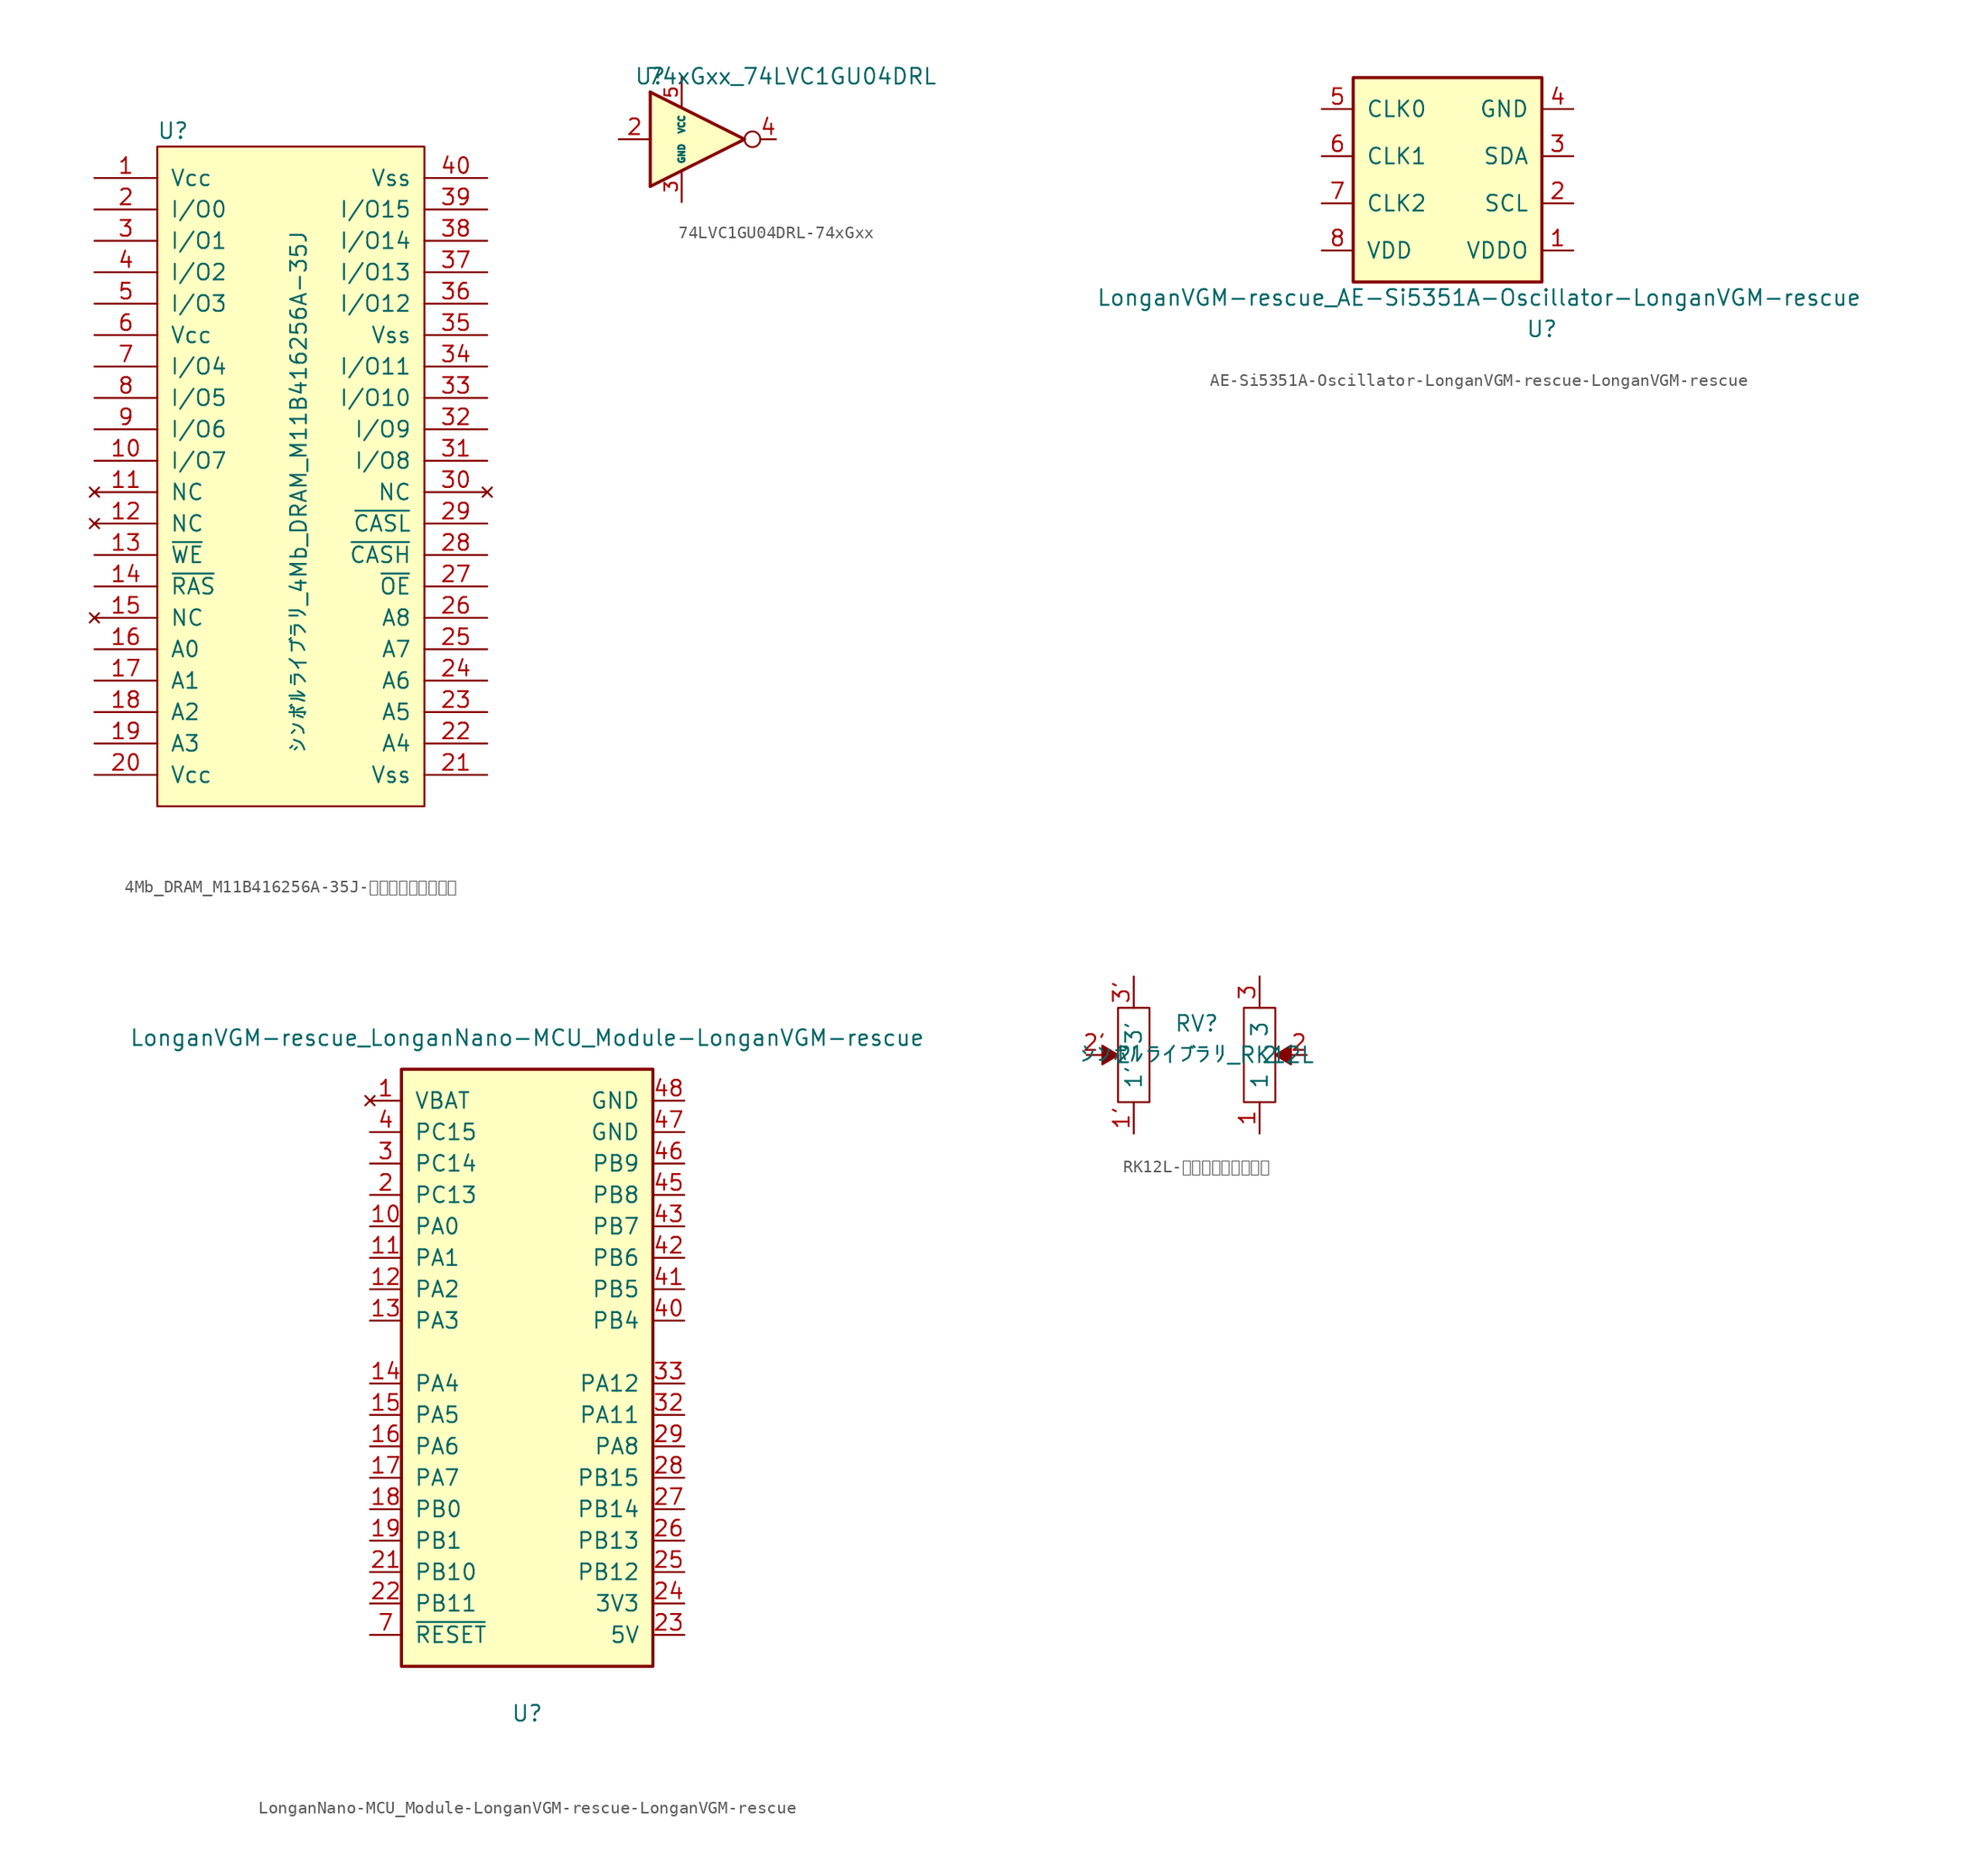
<source format=kicad_sym>
(kicad_symbol_lib
  (version 20220914)
  (generator kicad_symbol_editor)
  (symbol "4Mb_DRAM_M11B416256A-35J-シンボルライブラリ"
    (pin_names
      (offset 1.016))
    (property "Reference" "U"
      (at -10.16 29.21 0)
      (effects (font (size 1.27 1.27))))
    (property "Value" "シンボルライブラリ_4Mb_DRAM_M11B416256A-35J"
      (at 0 0 90)
      (effects (font (size 1.27 1.27))))
    (symbol "4Mb_DRAM_M11B416256A-35J-シンボルライブラリ_0_1"
      (rectangle (start -11.43 27.94) (end 10.16 -25.4) (stroke (width 0) (type solid)) (fill (type background))))
    (symbol "4Mb_DRAM_M11B416256A-35J-シンボルライブラリ_1_1"
      (pin power_in line (at -16.51 25.4 0) (length 5.08) (name "Vcc" (effects (font (size 1.27 1.27)))) (number "1" (effects (font (size 1.27 1.27)))))
      (pin bidirectional line (at -16.51 2.54 0) (length 5.08) (name "I/O7" (effects (font (size 1.27 1.27)))) (number "10" (effects (font (size 1.27 1.27)))))
      (pin no_connect line (at -16.51 0 0) (length 5.08) (name "NC" (effects (font (size 1.27 1.27)))) (number "11" (effects (font (size 1.27 1.27)))))
      (pin no_connect line (at -16.51 -2.54 0) (length 5.08) (name "NC" (effects (font (size 1.27 1.27)))) (number "12" (effects (font (size 1.27 1.27)))))
      (pin input line (at -16.51 -5.08 0) (length 5.08) (name "~{WE}" (effects (font (size 1.27 1.27)))) (number "13" (effects (font (size 1.27 1.27)))))
      (pin input line (at -16.51 -7.62 0) (length 5.08) (name "~{RAS}" (effects (font (size 1.27 1.27)))) (number "14" (effects (font (size 1.27 1.27)))))
      (pin no_connect line (at -16.51 -10.16 0) (length 5.08) (name "NC" (effects (font (size 1.27 1.27)))) (number "15" (effects (font (size 1.27 1.27)))))
      (pin input line (at -16.51 -12.7 0) (length 5.08) (name "A0" (effects (font (size 1.27 1.27)))) (number "16" (effects (font (size 1.27 1.27)))))
      (pin input line (at -16.51 -15.24 0) (length 5.08) (name "A1" (effects (font (size 1.27 1.27)))) (number "17" (effects (font (size 1.27 1.27)))))
      (pin input line (at -16.51 -17.78 0) (length 5.08) (name "A2" (effects (font (size 1.27 1.27)))) (number "18" (effects (font (size 1.27 1.27)))))
      (pin input line (at -16.51 -20.32 0) (length 5.08) (name "A3" (effects (font (size 1.27 1.27)))) (number "19" (effects (font (size 1.27 1.27)))))
      (pin bidirectional line (at -16.51 22.86 0) (length 5.08) (name "I/O0" (effects (font (size 1.27 1.27)))) (number "2" (effects (font (size 1.27 1.27)))))
      (pin power_in line (at -16.51 -22.86 0) (length 5.08) (name "Vcc" (effects (font (size 1.27 1.27)))) (number "20" (effects (font (size 1.27 1.27)))))
      (pin power_in line (at 15.24 -22.86 180) (length 5.08) (name "Vss" (effects (font (size 1.27 1.27)))) (number "21" (effects (font (size 1.27 1.27)))))
      (pin input line (at 15.24 -20.32 180) (length 5.08) (name "A4" (effects (font (size 1.27 1.27)))) (number "22" (effects (font (size 1.27 1.27)))))
      (pin input line (at 15.24 -17.78 180) (length 5.08) (name "A5" (effects (font (size 1.27 1.27)))) (number "23" (effects (font (size 1.27 1.27)))))
      (pin input line (at 15.24 -15.24 180) (length 5.08) (name "A6" (effects (font (size 1.27 1.27)))) (number "24" (effects (font (size 1.27 1.27)))))
      (pin input line (at 15.24 -12.7 180) (length 5.08) (name "A7" (effects (font (size 1.27 1.27)))) (number "25" (effects (font (size 1.27 1.27)))))
      (pin input line (at 15.24 -10.16 180) (length 5.08) (name "A8" (effects (font (size 1.27 1.27)))) (number "26" (effects (font (size 1.27 1.27)))))
      (pin input line (at 15.24 -7.62 180) (length 5.08) (name "~{OE}" (effects (font (size 1.27 1.27)))) (number "27" (effects (font (size 1.27 1.27)))))
      (pin input line (at 15.24 -5.08 180) (length 5.08) (name "~{CASH}" (effects (font (size 1.27 1.27)))) (number "28" (effects (font (size 1.27 1.27)))))
      (pin input line (at 15.24 -2.54 180) (length 5.08) (name "~{CASL}" (effects (font (size 1.27 1.27)))) (number "29" (effects (font (size 1.27 1.27)))))
      (pin bidirectional line (at -16.51 20.32 0) (length 5.08) (name "I/O1" (effects (font (size 1.27 1.27)))) (number "3" (effects (font (size 1.27 1.27)))))
      (pin no_connect line (at 15.24 0 180) (length 5.08) (name "NC" (effects (font (size 1.27 1.27)))) (number "30" (effects (font (size 1.27 1.27)))))
      (pin bidirectional line (at 15.24 2.54 180) (length 5.08) (name "I/O8" (effects (font (size 1.27 1.27)))) (number "31" (effects (font (size 1.27 1.27)))))
      (pin bidirectional line (at 15.24 5.08 180) (length 5.08) (name "I/O9" (effects (font (size 1.27 1.27)))) (number "32" (effects (font (size 1.27 1.27)))))
      (pin bidirectional line (at 15.24 7.62 180) (length 5.08) (name "I/O10" (effects (font (size 1.27 1.27)))) (number "33" (effects (font (size 1.27 1.27)))))
      (pin bidirectional line (at 15.24 10.16 180) (length 5.08) (name "I/O11" (effects (font (size 1.27 1.27)))) (number "34" (effects (font (size 1.27 1.27)))))
      (pin power_in line (at 15.24 12.7 180) (length 5.08) (name "Vss" (effects (font (size 1.27 1.27)))) (number "35" (effects (font (size 1.27 1.27)))))
      (pin bidirectional line (at 15.24 15.24 180) (length 5.08) (name "I/O12" (effects (font (size 1.27 1.27)))) (number "36" (effects (font (size 1.27 1.27)))))
      (pin bidirectional line (at 15.24 17.78 180) (length 5.08) (name "I/O13" (effects (font (size 1.27 1.27)))) (number "37" (effects (font (size 1.27 1.27)))))
      (pin bidirectional line (at 15.24 20.32 180) (length 5.08) (name "I/O14" (effects (font (size 1.27 1.27)))) (number "38" (effects (font (size 1.27 1.27)))))
      (pin bidirectional line (at 15.24 22.86 180) (length 5.08) (name "I/O15" (effects (font (size 1.27 1.27)))) (number "39" (effects (font (size 1.27 1.27)))))
      (pin bidirectional line (at -16.51 17.78 0) (length 5.08) (name "I/O2" (effects (font (size 1.27 1.27)))) (number "4" (effects (font (size 1.27 1.27)))))
      (pin power_in line (at 15.24 25.4 180) (length 5.08) (name "Vss" (effects (font (size 1.27 1.27)))) (number "40" (effects (font (size 1.27 1.27)))))
      (pin bidirectional line (at -16.51 15.24 0) (length 5.08) (name "I/O3" (effects (font (size 1.27 1.27)))) (number "5" (effects (font (size 1.27 1.27)))))
      (pin power_in line (at -16.51 12.7 0) (length 5.08) (name "Vcc" (effects (font (size 1.27 1.27)))) (number "6" (effects (font (size 1.27 1.27)))))
      (pin bidirectional line (at -16.51 10.16 0) (length 5.08) (name "I/O4" (effects (font (size 1.27 1.27)))) (number "7" (effects (font (size 1.27 1.27)))))
      (pin bidirectional line (at -16.51 7.62 0) (length 5.08) (name "I/O5" (effects (font (size 1.27 1.27)))) (number "8" (effects (font (size 1.27 1.27)))))
      (pin bidirectional line (at -16.51 5.08 0) (length 5.08) (name "I/O6" (effects (font (size 1.27 1.27)))) (number "9" (effects (font (size 1.27 1.27)))))))
  (symbol "74LVC1GU04DRL-74xGxx"
    (property "Reference" "U"
      (at -2.54 5.08 0)
      (effects (font (size 1.27 1.27))))
    (property "Value" "74xGxx_74LVC1GU04DRL"
      (at 8.89 5.08 0)
      (effects (font (size 1.27 1.27))))
    (symbol "74LVC1GU04DRL-74xGxx_0_1"
      (rectangle (start -2.54 3.81) (end -2.54 -3.81) (stroke (width 0.254) (type solid)) (fill (type background)))
      (polyline (pts (xy -2.54 -3.81) (xy 5.08 0) (xy -2.54 3.81)) (stroke (width 0.254) (type solid)) (fill (type background)))
      (circle (center 5.715 0) (radius 0.635) (stroke (width 0) (type solid)) (fill (type none))))
    (symbol "74LVC1GU04DRL-74xGxx_1_1"
      (pin no_connect line (at 5.08 0 180) (length 2.54) hide (name "NC" (effects (font (size 1.27 1.27)))) (number "1" (effects (font (size 1.27 1.27)))))
      (pin input line (at -5.08 0 0) (length 2.54) (name "~" (effects (font (size 1.27 1.27)))) (number "2" (effects (font (size 1.27 1.27)))))
      (pin power_in line (at 0 -5.08 90) (length 2.54) (name "GND" (effects (font (size 0.508 0.508)))) (number "3" (effects (font (size 1.016 1.016)))))
      (pin output line (at 7.62 0 180) (length 1.27) (name "~" (effects (font (size 1.27 1.27)))) (number "4" (effects (font (size 1.27 1.27)))))
      (pin power_in line (at 0 5.08 270) (length 2.54) (name "VCC" (effects (font (size 0.508 0.508)))) (number "5" (effects (font (size 1.016 1.016)))))))
  (symbol "AE-Si5351A-Oscillator-LonganVGM-rescue-LonganVGM-rescue"
    (pin_names
      (offset 1.016))
    (property "Reference" "U"
      (at 7.62 -31.75 0)
      (effects (font (size 1.27 1.27))))
    (property "Value" "LonganVGM-rescue_AE-Si5351A-Oscillator-LonganVGM-rescue"
      (at 2.54 -29.21 0)
      (effects (font (size 1.27 1.27))))
    (symbol "AE-Si5351A-Oscillator-LonganVGM-rescue-LonganVGM-rescue_1_1"
      (rectangle (start -7.62 -11.43) (end 7.62 -27.94) (stroke (width 0.254) (type solid)) (fill (type background)))
      (pin power_in line (at 10.16 -25.4 180) (length 2.54) (name "VDDO" (effects (font (size 1.27 1.27)))) (number "1" (effects (font (size 1.27 1.27)))))
      (pin input line (at 10.16 -21.59 180) (length 2.54) (name "SCL" (effects (font (size 1.27 1.27)))) (number "2" (effects (font (size 1.27 1.27)))))
      (pin bidirectional line (at 10.16 -17.78 180) (length 2.54) (name "SDA" (effects (font (size 1.27 1.27)))) (number "3" (effects (font (size 1.27 1.27)))))
      (pin power_in line (at 10.16 -13.97 180) (length 2.54) (name "GND" (effects (font (size 1.27 1.27)))) (number "4" (effects (font (size 1.27 1.27)))))
      (pin output line (at -10.16 -13.97 0) (length 2.54) (name "CLK0" (effects (font (size 1.27 1.27)))) (number "5" (effects (font (size 1.27 1.27)))))
      (pin output line (at -10.16 -17.78 0) (length 2.54) (name "CLK1" (effects (font (size 1.27 1.27)))) (number "6" (effects (font (size 1.27 1.27)))))
      (pin output line (at -10.16 -21.59 0) (length 2.54) (name "CLK2" (effects (font (size 1.27 1.27)))) (number "7" (effects (font (size 1.27 1.27)))))
      (pin power_in line (at -10.16 -25.4 0) (length 2.54) (name "VDD" (effects (font (size 1.27 1.27)))) (number "8" (effects (font (size 1.27 1.27)))))))
  (symbol "LonganNano-MCU_Module-LonganVGM-rescue-LonganVGM-rescue"
    (pin_names
      (offset 1.016))
    (property "Reference" "U"
      (at 0 -29.21 0)
      (effects (font (size 1.27 1.27))))
    (property "Value" "LonganVGM-rescue_LonganNano-MCU_Module-LonganVGM-rescue"
      (at 0 25.4 0)
      (effects (font (size 1.27 1.27))))
    (symbol "LonganNano-MCU_Module-LonganVGM-rescue-LonganVGM-rescue_1_1"
      (rectangle (start -10.16 -25.4) (end 10.16 22.86) (stroke (width 0.254) (type solid)) (fill (type background)))
      (pin no_connect line (at -12.7 20.32 0) (length 2.54) (name "VBAT" (effects (font (size 1.27 1.27)))) (number "1" (effects (font (size 1.27 1.27)))))
      (pin bidirectional line (at -12.7 10.16 0) (length 2.54) (name "PA0" (effects (font (size 1.27 1.27)))) (number "10" (effects (font (size 1.27 1.27)))))
      (pin bidirectional line (at -12.7 7.62 0) (length 2.54) (name "PA1" (effects (font (size 1.27 1.27)))) (number "11" (effects (font (size 1.27 1.27)))))
      (pin bidirectional line (at -12.7 5.08 0) (length 2.54) (name "PA2" (effects (font (size 1.27 1.27)))) (number "12" (effects (font (size 1.27 1.27)))))
      (pin bidirectional line (at -12.7 2.54 0) (length 2.54) (name "PA3" (effects (font (size 1.27 1.27)))) (number "13" (effects (font (size 1.27 1.27)))))
      (pin bidirectional line (at -12.7 -2.54 0) (length 2.54) (name "PA4" (effects (font (size 1.27 1.27)))) (number "14" (effects (font (size 1.27 1.27)))))
      (pin bidirectional line (at -12.7 -5.08 0) (length 2.54) (name "PA5" (effects (font (size 1.27 1.27)))) (number "15" (effects (font (size 1.27 1.27)))))
      (pin bidirectional line (at -12.7 -7.62 0) (length 2.54) (name "PA6" (effects (font (size 1.27 1.27)))) (number "16" (effects (font (size 1.27 1.27)))))
      (pin bidirectional line (at -12.7 -10.16 0) (length 2.54) (name "PA7" (effects (font (size 1.27 1.27)))) (number "17" (effects (font (size 1.27 1.27)))))
      (pin bidirectional line (at -12.7 -12.7 0) (length 2.54) (name "PB0" (effects (font (size 1.27 1.27)))) (number "18" (effects (font (size 1.27 1.27)))))
      (pin bidirectional line (at -12.7 -15.24 0) (length 2.54) (name "PB1" (effects (font (size 1.27 1.27)))) (number "19" (effects (font (size 1.27 1.27)))))
      (pin bidirectional line (at -12.7 12.7 0) (length 2.54) (name "PC13" (effects (font (size 1.27 1.27)))) (number "2" (effects (font (size 1.27 1.27)))))
      (pin bidirectional line (at -12.7 -17.78 0) (length 2.54) (name "PB10" (effects (font (size 1.27 1.27)))) (number "21" (effects (font (size 1.27 1.27)))))
      (pin bidirectional line (at -12.7 -20.32 0) (length 2.54) (name "PB11" (effects (font (size 1.27 1.27)))) (number "22" (effects (font (size 1.27 1.27)))))
      (pin output line (at 12.7 -22.86 180) (length 2.54) (name "5V" (effects (font (size 1.27 1.27)))) (number "23" (effects (font (size 1.27 1.27)))))
      (pin output line (at 12.7 -20.32 180) (length 2.54) (name "3V3" (effects (font (size 1.27 1.27)))) (number "24" (effects (font (size 1.27 1.27)))))
      (pin bidirectional line (at 12.7 -17.78 180) (length 2.54) (name "PB12" (effects (font (size 1.27 1.27)))) (number "25" (effects (font (size 1.27 1.27)))))
      (pin bidirectional line (at 12.7 -15.24 180) (length 2.54) (name "PB13" (effects (font (size 1.27 1.27)))) (number "26" (effects (font (size 1.27 1.27)))))
      (pin bidirectional line (at 12.7 -12.7 180) (length 2.54) (name "PB14" (effects (font (size 1.27 1.27)))) (number "27" (effects (font (size 1.27 1.27)))))
      (pin bidirectional line (at 12.7 -10.16 180) (length 2.54) (name "PB15" (effects (font (size 1.27 1.27)))) (number "28" (effects (font (size 1.27 1.27)))))
      (pin bidirectional line (at 12.7 -7.62 180) (length 2.54) (name "PA8" (effects (font (size 1.27 1.27)))) (number "29" (effects (font (size 1.27 1.27)))))
      (pin bidirectional line (at -12.7 15.24 0) (length 2.54) (name "PC14" (effects (font (size 1.27 1.27)))) (number "3" (effects (font (size 1.27 1.27)))))
      (pin bidirectional line (at 12.7 -5.08 180) (length 2.54) (name "PA11" (effects (font (size 1.27 1.27)))) (number "32" (effects (font (size 1.27 1.27)))))
      (pin bidirectional line (at 12.7 -2.54 180) (length 2.54) (name "PA12" (effects (font (size 1.27 1.27)))) (number "33" (effects (font (size 1.27 1.27)))))
      (pin bidirectional line (at -12.7 17.78 0) (length 2.54) (name "PC15" (effects (font (size 1.27 1.27)))) (number "4" (effects (font (size 1.27 1.27)))))
      (pin bidirectional line (at 12.7 2.54 180) (length 2.54) (name "PB4" (effects (font (size 1.27 1.27)))) (number "40" (effects (font (size 1.27 1.27)))))
      (pin bidirectional line (at 12.7 5.08 180) (length 2.54) (name "PB5" (effects (font (size 1.27 1.27)))) (number "41" (effects (font (size 1.27 1.27)))))
      (pin bidirectional line (at 12.7 7.62 180) (length 2.54) (name "PB6" (effects (font (size 1.27 1.27)))) (number "42" (effects (font (size 1.27 1.27)))))
      (pin bidirectional line (at 12.7 10.16 180) (length 2.54) (name "PB7" (effects (font (size 1.27 1.27)))) (number "43" (effects (font (size 1.27 1.27)))))
      (pin bidirectional line (at 12.7 12.7 180) (length 2.54) (name "PB8" (effects (font (size 1.27 1.27)))) (number "45" (effects (font (size 1.27 1.27)))))
      (pin bidirectional line (at 12.7 15.24 180) (length 2.54) (name "PB9" (effects (font (size 1.27 1.27)))) (number "46" (effects (font (size 1.27 1.27)))))
      (pin passive line (at 12.7 17.78 180) (length 2.54) (name "GND" (effects (font (size 1.27 1.27)))) (number "47" (effects (font (size 1.27 1.27)))))
      (pin passive line (at 12.7 20.32 180) (length 2.54) (name "GND" (effects (font (size 1.27 1.27)))) (number "48" (effects (font (size 1.27 1.27)))))
      (pin input line (at -12.7 -22.86 0) (length 2.54) (name "~{RESET}" (effects (font (size 1.27 1.27)))) (number "7" (effects (font (size 1.27 1.27)))))))
  (symbol "RK12L-シンボルライブラリ"
    (pin_names
      (offset 1.016))
    (property "Reference" "RV"
      (at 0 2.54 0)
      (effects (font (size 1.27 1.27))))
    (property "Value" "シンボルライブラリ_RK12L"
      (at 0 0 0)
      (effects (font (size 1.27 1.27))))
    (symbol "RK12L-シンボルライブラリ_0_1"
      (rectangle (start -6.35 3.81) (end -3.81 -3.81) (stroke (width 0) (type solid)) (fill (type none)))
      (polyline (pts (xy -7.62 0.762) (xy -7.62 -0.762) (xy -6.35 0) (xy -7.62 0.762)) (stroke (width 0) (type solid)) (fill (type outline))))
    (symbol "RK12L-シンボルライブラリ_1_1"
      (polyline (pts (xy 7.62 -0.762) (xy 7.62 0.762) (xy 6.35 0) (xy 7.62 -0.762)) (stroke (width 0) (type solid)) (fill (type outline)))
      (rectangle (start 3.81 3.81) (end 6.35 -3.81) (stroke (width 0) (type solid)) (fill (type none)))
      (pin passive line (at 5.08 -6.35 90) (length 2.54) (name "1" (effects (font (size 1.27 1.27)))) (number "1" (effects (font (size 1.27 1.27)))))
      (pin passive line (at -5.08 -6.35 90) (length 2.54) (name "1'" (effects (font (size 1.27 1.27)))) (number "1'" (effects (font (size 1.27 1.27)))))
      (pin passive line (at 8.89 0 180) (length 1.27) (name "2" (effects (font (size 1.27 1.27)))) (number "2" (effects (font (size 1.27 1.27)))))
      (pin passive line (at -8.89 0 0) (length 1.27) (name "2'" (effects (font (size 1.27 1.27)))) (number "2'" (effects (font (size 1.27 1.27)))))
      (pin passive line (at 5.08 6.35 270) (length 2.54) (name "3" (effects (font (size 1.27 1.27)))) (number "3" (effects (font (size 1.27 1.27)))))
      (pin passive line (at -5.08 6.35 270) (length 2.54) (name "3'" (effects (font (size 1.27 1.27)))) (number "3'" (effects (font (size 1.27 1.27))))))))
</source>
